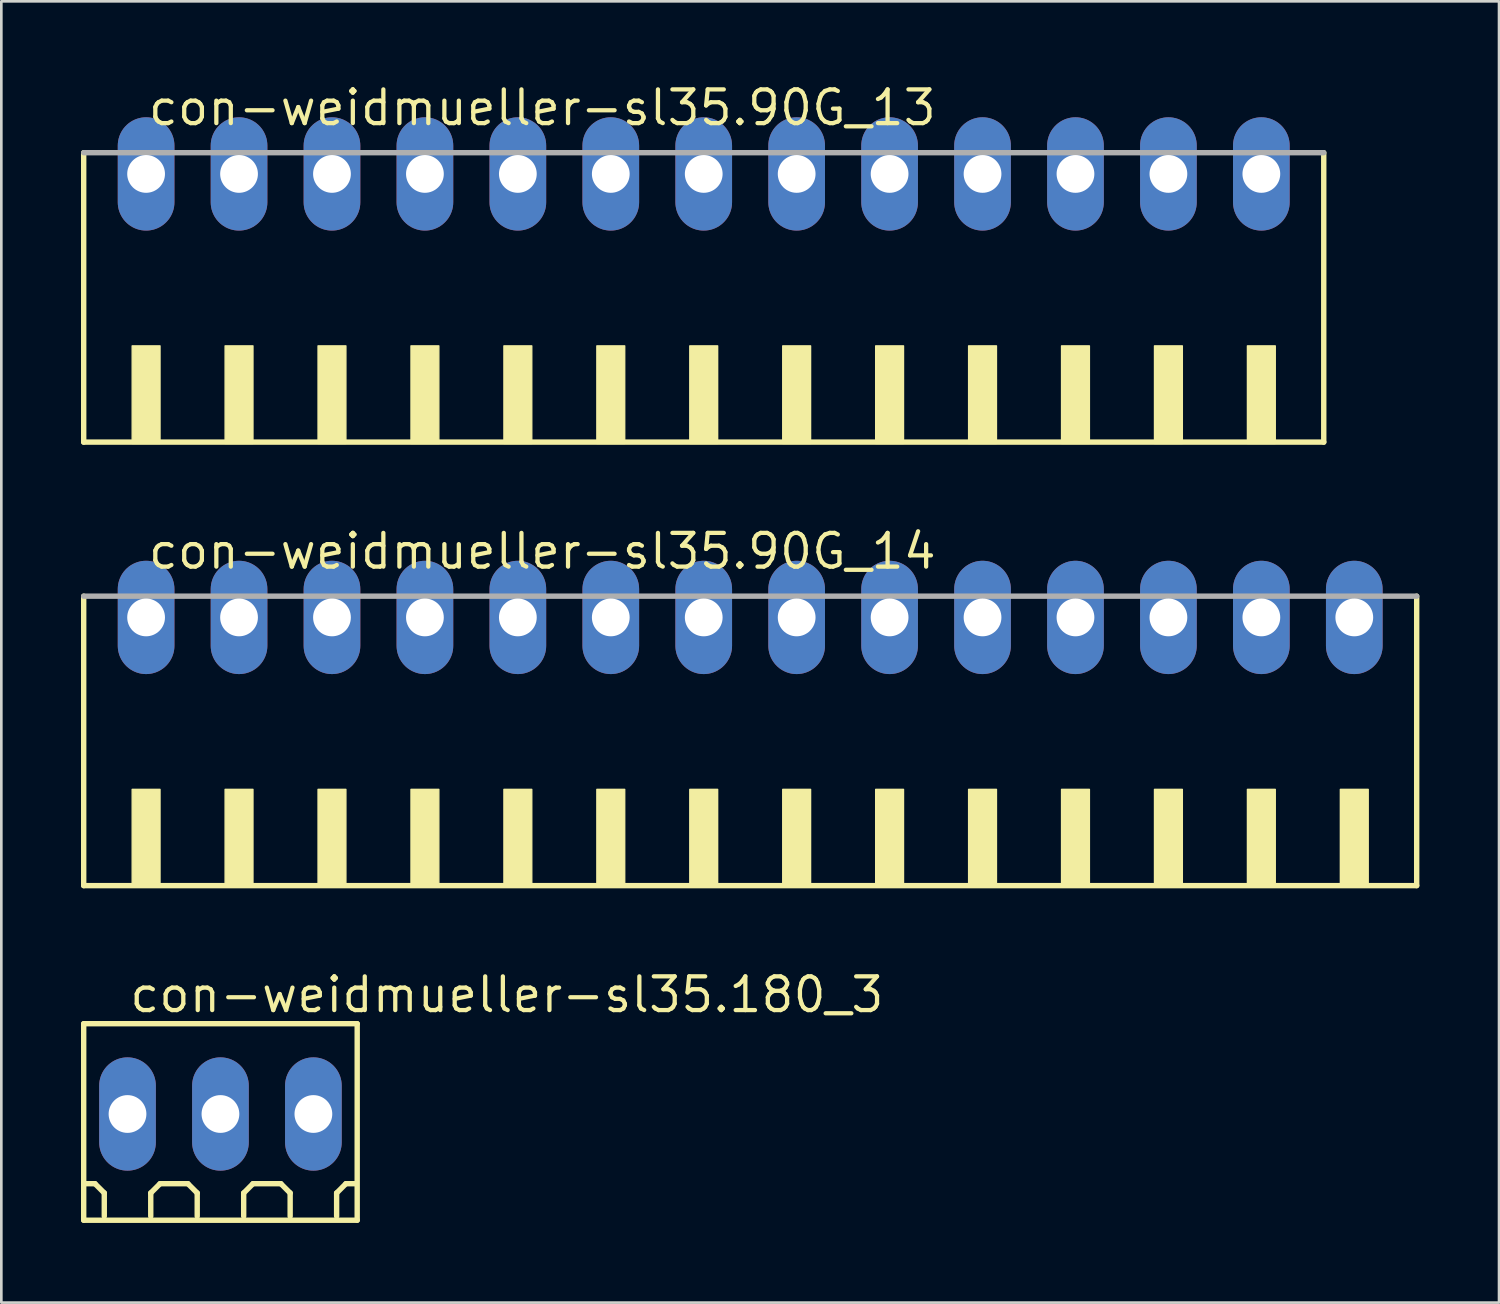
<source format=kicad_pcb>
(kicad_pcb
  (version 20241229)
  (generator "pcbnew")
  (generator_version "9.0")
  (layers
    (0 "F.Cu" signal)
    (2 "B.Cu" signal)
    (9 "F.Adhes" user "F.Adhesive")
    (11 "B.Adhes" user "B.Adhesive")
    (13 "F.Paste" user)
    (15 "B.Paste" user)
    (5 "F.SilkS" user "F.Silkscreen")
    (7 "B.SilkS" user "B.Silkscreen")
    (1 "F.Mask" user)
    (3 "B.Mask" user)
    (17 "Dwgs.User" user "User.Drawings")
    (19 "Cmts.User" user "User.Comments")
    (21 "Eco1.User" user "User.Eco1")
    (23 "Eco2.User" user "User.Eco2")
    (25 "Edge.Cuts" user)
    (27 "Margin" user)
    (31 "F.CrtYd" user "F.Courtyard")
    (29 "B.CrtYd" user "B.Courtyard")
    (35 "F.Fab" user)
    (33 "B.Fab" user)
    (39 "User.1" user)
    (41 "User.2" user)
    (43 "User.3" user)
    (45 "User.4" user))
  (footprint "con-weidmueller-sl35.90G_14"
    (layer "F.Cu")
    (at 25.202 25.452)
    (property "Reference" "con-weidmueller-sl35.90G_14" (at -22.75 -7 0) (layer "F.SilkS") (effects (font (size 1.27 1.27) (thickness 0.16)) (justify left bottom)))
    (attr through_hole)
    (fp_line (start -25.1 -6.05) (end -25.1 4.85) (stroke (width 0.203) (type default)) (layer "F.SilkS"))
    (fp_line (start -25.1 4.85) (end 25.1 4.85) (stroke (width 0.203) (type default)) (layer "F.SilkS"))
    (fp_line (start 25.1 4.85) (end 25.1 -6.05) (stroke (width 0.203) (type default)) (layer "F.SilkS"))
    (fp_rect (start -23.275 4.9) (end -22.225 1.225) (stroke (width 0.05) (type default)) (fill yes) (layer "F.SilkS"))
    (fp_rect (start -19.775 4.9) (end -18.725 1.225) (stroke (width 0.05) (type default)) (fill yes) (layer "F.SilkS"))
    (fp_rect (start -16.275 4.9) (end -15.225 1.225) (stroke (width 0.05) (type default)) (fill yes) (layer "F.SilkS"))
    (fp_rect (start -12.775 4.9) (end -11.725 1.225) (stroke (width 0.05) (type default)) (fill yes) (layer "F.SilkS"))
    (fp_rect (start -9.275 4.9) (end -8.225 1.225) (stroke (width 0.05) (type default)) (fill yes) (layer "F.SilkS"))
    (fp_rect (start -5.775 4.9) (end -4.725 1.225) (stroke (width 0.05) (type default)) (fill yes) (layer "F.SilkS"))
    (fp_rect (start -2.275 4.9) (end -1.225 1.225) (stroke (width 0.05) (type default)) (fill yes) (layer "F.SilkS"))
    (fp_rect (start 1.225 4.9) (end 2.275 1.225) (stroke (width 0.05) (type default)) (fill yes) (layer "F.SilkS"))
    (fp_rect (start 4.725 4.9) (end 5.775 1.225) (stroke (width 0.05) (type default)) (fill yes) (layer "F.SilkS"))
    (fp_rect (start 8.225 4.9) (end 9.275 1.225) (stroke (width 0.05) (type default)) (fill yes) (layer "F.SilkS"))
    (fp_rect (start 11.725 4.9) (end 12.775 1.225) (stroke (width 0.05) (type default)) (fill yes) (layer "F.SilkS"))
    (fp_rect (start 15.225 4.9) (end 16.275 1.225) (stroke (width 0.05) (type default)) (fill yes) (layer "F.SilkS"))
    (fp_rect (start 18.725 4.9) (end 19.775 1.225) (stroke (width 0.05) (type default)) (fill yes) (layer "F.SilkS"))
    (fp_rect (start 22.225 4.9) (end 23.275 1.225) (stroke (width 0.05) (type default)) (fill yes) (layer "F.SilkS"))
    (fp_line (start 25.1 -6.05) (end -25.1 -6.05) (stroke (width 0.203) (type default)) (layer "F.Fab"))
    (pad "1" thru_hole oval (at -22.75 -5.25 90) (size 4.267 2.134) (drill 1.422) (layers "*.Cu" "*.Mask"))
    (pad "2" thru_hole oval (at -19.25 -5.25 90) (size 4.267 2.134) (drill 1.422) (layers "*.Cu" "*.Mask"))
    (pad "3" thru_hole oval (at -15.75 -5.25 90) (size 4.267 2.134) (drill 1.422) (layers "*.Cu" "*.Mask"))
    (pad "4" thru_hole oval (at -12.25 -5.25 90) (size 4.267 2.134) (drill 1.422) (layers "*.Cu" "*.Mask"))
    (pad "5" thru_hole oval (at -8.75 -5.25 90) (size 4.267 2.134) (drill 1.422) (layers "*.Cu" "*.Mask"))
    (pad "6" thru_hole oval (at -5.25 -5.25 90) (size 4.267 2.134) (drill 1.422) (layers "*.Cu" "*.Mask"))
    (pad "7" thru_hole oval (at -1.75 -5.25 90) (size 4.267 2.134) (drill 1.422) (layers "*.Cu" "*.Mask"))
    (pad "8" thru_hole oval (at 1.75 -5.25 90) (size 4.267 2.134) (drill 1.422) (layers "*.Cu" "*.Mask"))
    (pad "9" thru_hole oval (at 5.25 -5.25 90) (size 4.267 2.134) (drill 1.422) (layers "*.Cu" "*.Mask"))
    (pad "10" thru_hole oval (at 8.75 -5.25 90) (size 4.267 2.134) (drill 1.422) (layers "*.Cu" "*.Mask"))
    (pad "11" thru_hole oval (at 12.25 -5.25 90) (size 4.267 2.134) (drill 1.422) (layers "*.Cu" "*.Mask"))
    (pad "12" thru_hole oval (at 15.75 -5.25 90) (size 4.267 2.134) (drill 1.422) (layers "*.Cu" "*.Mask"))
    (pad "13" thru_hole oval (at 19.25 -5.25 90) (size 4.267 2.134) (drill 1.422) (layers "*.Cu" "*.Mask"))
    (pad "14" thru_hole oval (at 22.75 -5.25 90) (size 4.267 2.134) (drill 1.422) (layers "*.Cu" "*.Mask")))
  (footprint "con-weidmueller-sl35.90G_13"
    (layer "F.Cu")
    (at 23.452 8.75)
    (property "Reference" "con-weidmueller-sl35.90G_13" (at -21 -7 0) (layer "F.SilkS") (effects (font (size 1.27 1.27) (thickness 0.16)) (justify left bottom)))
    (attr through_hole)
    (fp_line (start -23.35 -6.05) (end -23.35 4.85) (stroke (width 0.203) (type default)) (layer "F.SilkS"))
    (fp_line (start -23.35 4.85) (end 23.35 4.85) (stroke (width 0.203) (type default)) (layer "F.SilkS"))
    (fp_line (start 23.35 4.85) (end 23.35 -6.05) (stroke (width 0.203) (type default)) (layer "F.SilkS"))
    (fp_rect (start -21.525 4.9) (end -20.475 1.225) (stroke (width 0.05) (type default)) (fill yes) (layer "F.SilkS"))
    (fp_rect (start -18.025 4.9) (end -16.975 1.225) (stroke (width 0.05) (type default)) (fill yes) (layer "F.SilkS"))
    (fp_rect (start -14.525 4.9) (end -13.475 1.225) (stroke (width 0.05) (type default)) (fill yes) (layer "F.SilkS"))
    (fp_rect (start -11.025 4.9) (end -9.975 1.225) (stroke (width 0.05) (type default)) (fill yes) (layer "F.SilkS"))
    (fp_rect (start -7.525 4.9) (end -6.475 1.225) (stroke (width 0.05) (type default)) (fill yes) (layer "F.SilkS"))
    (fp_rect (start -4.025 4.9) (end -2.975 1.225) (stroke (width 0.05) (type default)) (fill yes) (layer "F.SilkS"))
    (fp_rect (start -0.525 4.9) (end 0.525 1.225) (stroke (width 0.05) (type default)) (fill yes) (layer "F.SilkS"))
    (fp_rect (start 2.975 4.9) (end 4.025 1.225) (stroke (width 0.05) (type default)) (fill yes) (layer "F.SilkS"))
    (fp_rect (start 6.475 4.9) (end 7.525 1.225) (stroke (width 0.05) (type default)) (fill yes) (layer "F.SilkS"))
    (fp_rect (start 9.975 4.9) (end 11.025 1.225) (stroke (width 0.05) (type default)) (fill yes) (layer "F.SilkS"))
    (fp_rect (start 13.475 4.9) (end 14.525 1.225) (stroke (width 0.05) (type default)) (fill yes) (layer "F.SilkS"))
    (fp_rect (start 16.975 4.9) (end 18.025 1.225) (stroke (width 0.05) (type default)) (fill yes) (layer "F.SilkS"))
    (fp_rect (start 20.475 4.9) (end 21.525 1.225) (stroke (width 0.05) (type default)) (fill yes) (layer "F.SilkS"))
    (fp_line (start 23.35 -6.05) (end -23.35 -6.05) (stroke (width 0.203) (type default)) (layer "F.Fab"))
    (pad "1" thru_hole oval (at -21 -5.25 90) (size 4.267 2.134) (drill 1.422) (layers "*.Cu" "*.Mask"))
    (pad "2" thru_hole oval (at -17.5 -5.25 90) (size 4.267 2.134) (drill 1.422) (layers "*.Cu" "*.Mask"))
    (pad "3" thru_hole oval (at -14 -5.25 90) (size 4.267 2.134) (drill 1.422) (layers "*.Cu" "*.Mask"))
    (pad "4" thru_hole oval (at -10.5 -5.25 90) (size 4.267 2.134) (drill 1.422) (layers "*.Cu" "*.Mask"))
    (pad "5" thru_hole oval (at -7 -5.25 90) (size 4.267 2.134) (drill 1.422) (layers "*.Cu" "*.Mask"))
    (pad "6" thru_hole oval (at -3.5 -5.25 90) (size 4.267 2.134) (drill 1.422) (layers "*.Cu" "*.Mask"))
    (pad "7" thru_hole oval (at 0 -5.25 90) (size 4.267 2.134) (drill 1.422) (layers "*.Cu" "*.Mask"))
    (pad "8" thru_hole oval (at 3.5 -5.25 90) (size 4.267 2.134) (drill 1.422) (layers "*.Cu" "*.Mask"))
    (pad "9" thru_hole oval (at 7 -5.25 90) (size 4.267 2.134) (drill 1.422) (layers "*.Cu" "*.Mask"))
    (pad "10" thru_hole oval (at 10.5 -5.25 90) (size 4.267 2.134) (drill 1.422) (layers "*.Cu" "*.Mask"))
    (pad "11" thru_hole oval (at 14 -5.25 90) (size 4.267 2.134) (drill 1.422) (layers "*.Cu" "*.Mask"))
    (pad "12" thru_hole oval (at 17.5 -5.25 90) (size 4.267 2.134) (drill 1.422) (layers "*.Cu" "*.Mask"))
    (pad "13" thru_hole oval (at 21 -5.25 90) (size 4.267 2.134) (drill 1.422) (layers "*.Cu" "*.Mask")))
  (footprint "con-weidmueller-sl35.180_3"
    (layer "F.Cu")
    (at 5.252 38.903)
    (property "Reference" "con-weidmueller-sl35.180_3" (at -3.5 -3.75 0) (layer "F.SilkS") (effects (font (size 1.27 1.27) (thickness 0.16)) (justify left bottom)))
    (attr through_hole)
    (fp_line (start -5.15 -3.4) (end 5.15 -3.4) (stroke (width 0.203) (type default)) (layer "F.SilkS"))
    (fp_line (start -5.15 4) (end -5.15 -3.4) (stroke (width 0.203) (type default)) (layer "F.SilkS"))
    (fp_line (start -4.725 2.625) (end -5.075 2.625) (stroke (width 0.203) (type default)) (layer "F.SilkS"))
    (fp_line (start -4.375 2.975) (end -4.725 2.625) (stroke (width 0.203) (type default)) (layer "F.SilkS"))
    (fp_line (start -4.375 3.85) (end -4.375 2.975) (stroke (width 0.203) (type default)) (layer "F.SilkS"))
    (fp_line (start -2.625 2.975) (end -2.275 2.625) (stroke (width 0.203) (type default)) (layer "F.SilkS"))
    (fp_line (start -2.625 3.85) (end -2.625 2.975) (stroke (width 0.203) (type default)) (layer "F.SilkS"))
    (fp_line (start -2.275 2.625) (end -1.225 2.625) (stroke (width 0.203) (type default)) (layer "F.SilkS"))
    (fp_line (start -1.225 2.625) (end -0.875 2.975) (stroke (width 0.203) (type default)) (layer "F.SilkS"))
    (fp_line (start -0.875 2.975) (end -0.875 3.85) (stroke (width 0.203) (type default)) (layer "F.SilkS"))
    (fp_line (start 0.875 2.975) (end 1.225 2.625) (stroke (width 0.203) (type default)) (layer "F.SilkS"))
    (fp_line (start 0.875 3.85) (end 0.875 2.975) (stroke (width 0.203) (type default)) (layer "F.SilkS"))
    (fp_line (start 1.225 2.625) (end 2.275 2.625) (stroke (width 0.203) (type default)) (layer "F.SilkS"))
    (fp_line (start 2.275 2.625) (end 2.625 2.975) (stroke (width 0.203) (type default)) (layer "F.SilkS"))
    (fp_line (start 2.625 2.975) (end 2.625 3.85) (stroke (width 0.203) (type default)) (layer "F.SilkS"))
    (fp_line (start 4.375 2.975) (end 4.725 2.625) (stroke (width 0.203) (type default)) (layer "F.SilkS"))
    (fp_line (start 4.375 3.85) (end 4.375 2.975) (stroke (width 0.203) (type default)) (layer "F.SilkS"))
    (fp_line (start 5.075 2.625) (end 4.725 2.625) (stroke (width 0.203) (type default)) (layer "F.SilkS"))
    (fp_line (start 5.15 -3.4) (end 5.15 4) (stroke (width 0.203) (type default)) (layer "F.SilkS"))
    (fp_line (start 5.15 4) (end -5.15 4) (stroke (width 0.203) (type default)) (layer "F.SilkS"))
    (pad "1" thru_hole oval (at -3.5 0 90) (size 4.267 2.134) (drill 1.422) (layers "*.Cu" "*.Mask"))
    (pad "2" thru_hole oval (at 0 0 90) (size 4.267 2.134) (drill 1.422) (layers "*.Cu" "*.Mask"))
    (pad "3" thru_hole oval (at 3.5 0 90) (size 4.267 2.134) (drill 1.422) (layers "*.Cu" "*.Mask")))
  (gr_rect
    (start -3 -3)
    (end 53.403 46.005)
    (stroke (width 0.1) (type default))
    (fill no)
    (layer "Edge.Cuts")))
</source>
